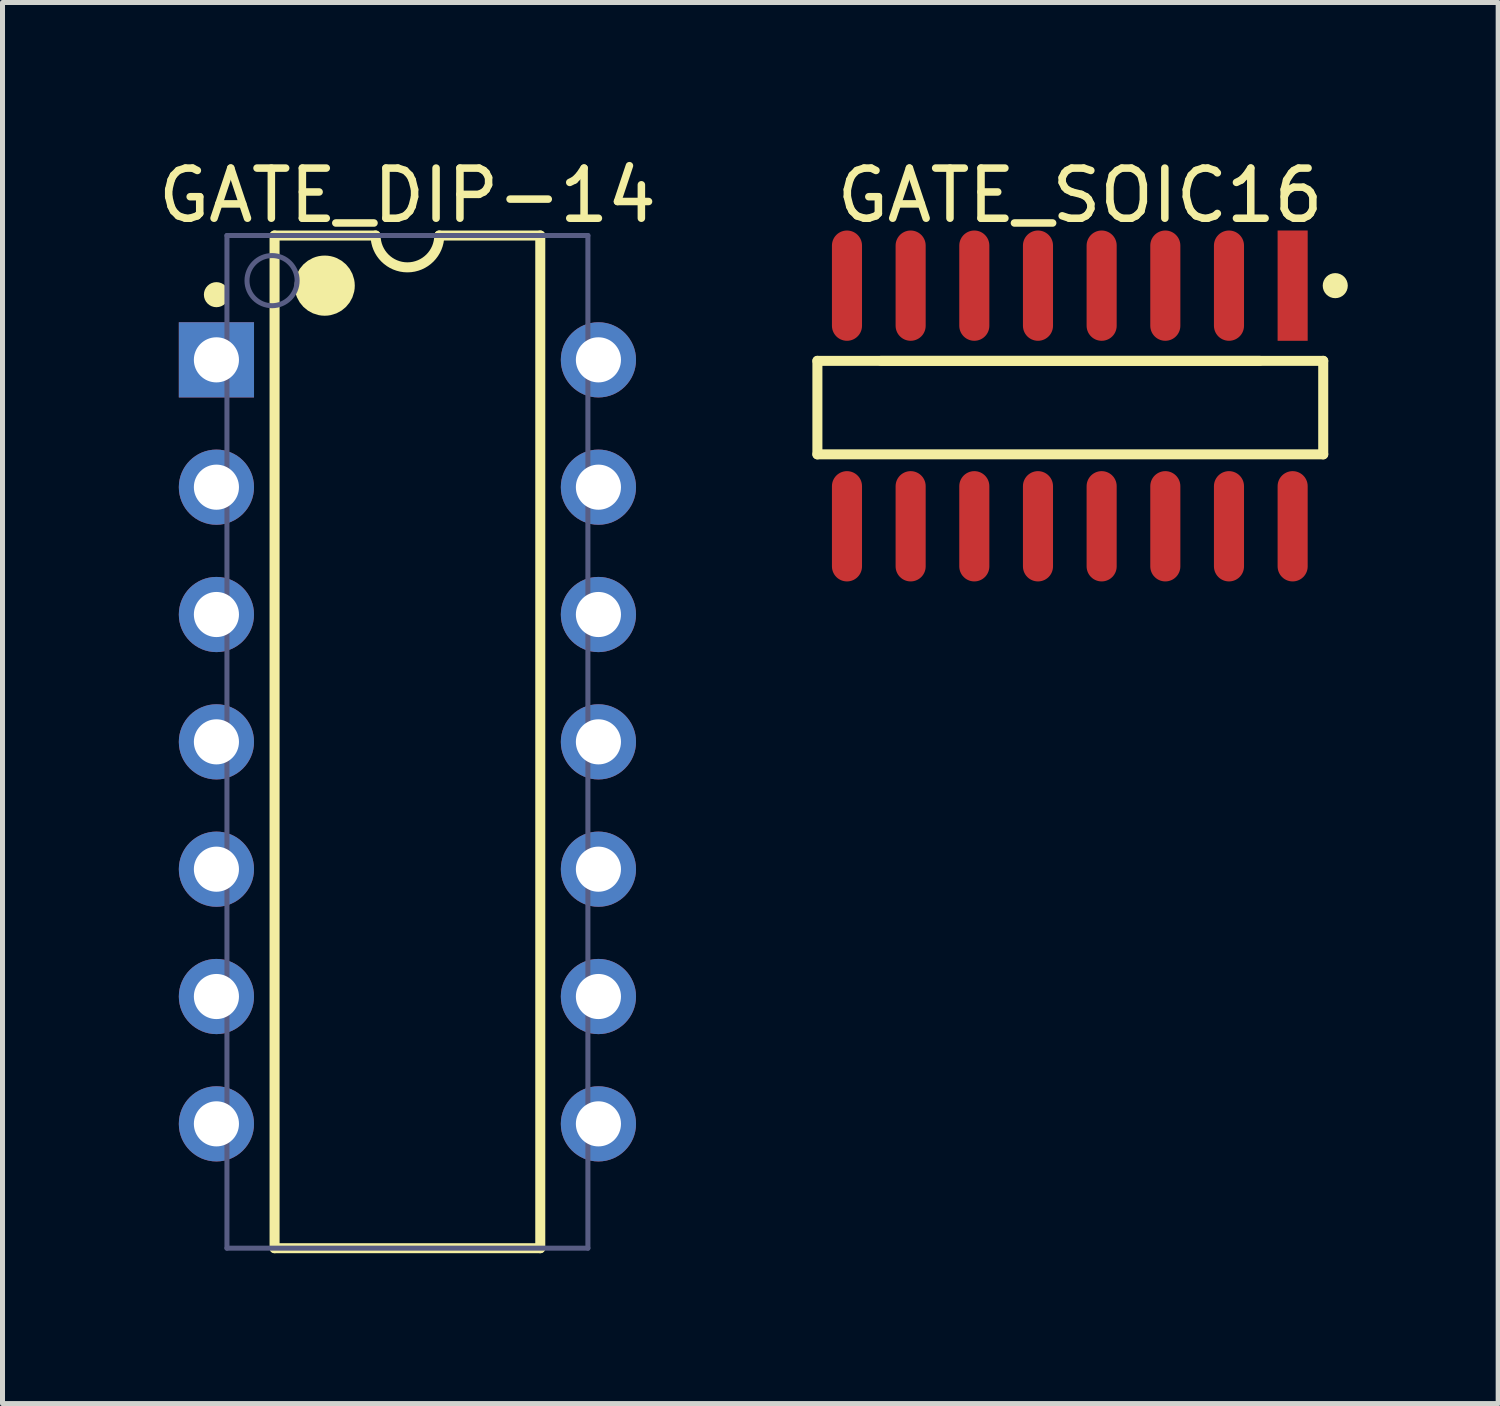
<source format=kicad_pcb>
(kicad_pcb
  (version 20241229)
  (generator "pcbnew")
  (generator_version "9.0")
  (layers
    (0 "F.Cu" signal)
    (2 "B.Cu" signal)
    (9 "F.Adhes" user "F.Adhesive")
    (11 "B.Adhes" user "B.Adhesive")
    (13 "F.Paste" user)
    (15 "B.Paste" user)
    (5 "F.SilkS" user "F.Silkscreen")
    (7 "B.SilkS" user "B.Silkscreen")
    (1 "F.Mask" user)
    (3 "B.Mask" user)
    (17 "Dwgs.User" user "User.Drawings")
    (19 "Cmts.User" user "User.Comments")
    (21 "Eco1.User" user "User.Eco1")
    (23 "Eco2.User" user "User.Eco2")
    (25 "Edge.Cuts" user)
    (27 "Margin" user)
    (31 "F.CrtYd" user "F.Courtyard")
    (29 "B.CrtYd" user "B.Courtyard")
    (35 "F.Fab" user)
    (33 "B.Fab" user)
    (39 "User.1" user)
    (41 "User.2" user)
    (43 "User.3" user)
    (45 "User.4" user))
  (footprint "GATE_SOIC16"
    (layer "F.Cu")
    (at 18.29 5.048)
    (property "Reference" "GATE_SOIC16" (at 0.205 -4.2 0) (layer "F.SilkS") (effects (font (size 1 1) (thickness 0.15))))
    (fp_line (start -5.035 -0.9) (end 3.785 -0.9) (stroke (width 0.2) (type solid)) (layer "F.SilkS"))
    (fp_line (start -5.035 0.965) (end -5.035 -0.9) (stroke (width 0.2) (type solid)) (layer "F.SilkS"))
    (fp_line (start -5.035 0.965) (end 5.055 0.965) (stroke (width 0.2) (type solid)) (layer "F.SilkS"))
    (fp_line (start -3.765 -0.9) (end 5.055 -0.9) (stroke (width 0.2) (type solid)) (layer "F.SilkS"))
    (fp_line (start 5.055 0.965) (end 5.055 -0.9) (stroke (width 0.2) (type solid)) (layer "F.SilkS"))
    (fp_circle (center 5.295 -2.4) (end 5.295 -2.525) (stroke (width 0.25) (type solid)) (fill no) (layer "F.SilkS"))
    (fp_line (start -0.535 0) (end 0.465 0) (stroke (width 0.1) (type solid)) (layer "Eco2.User"))
    (fp_line (start -0.035 0.5) (end -0.035 -0.5) (stroke (width 0.1) (type solid)) (layer "Eco2.User"))
    (pad "1" smd rect (at 4.445 -2.4) (size 0.6 2.2) (layers "F.Cu" "F.Mask" "F.Paste"))
    (pad "2" smd oval (at 3.175 -2.4) (size 0.6 2.2) (layers "F.Cu" "F.Mask" "F.Paste"))
    (pad "3" smd oval (at 1.905 -2.4) (size 0.6 2.2) (layers "F.Cu" "F.Mask" "F.Paste"))
    (pad "4" smd oval (at 0.635 -2.4) (size 0.6 2.2) (layers "F.Cu" "F.Mask" "F.Paste"))
    (pad "5" smd oval (at -0.635 -2.4) (size 0.6 2.2) (layers "F.Cu" "F.Mask" "F.Paste"))
    (pad "6" smd oval (at -1.905 -2.4) (size 0.6 2.2) (layers "F.Cu" "F.Mask" "F.Paste"))
    (pad "7" smd oval (at -3.175 -2.4) (size 0.6 2.2) (layers "F.Cu" "F.Mask" "F.Paste"))
    (pad "8" smd oval (at -4.445 -2.4) (size 0.6 2.2) (layers "F.Cu" "F.Mask" "F.Paste"))
    (pad "9" smd oval (at -4.445 2.4) (size 0.6 2.2) (layers "F.Cu" "F.Mask" "F.Paste"))
    (pad "10" smd oval (at -3.175 2.4) (size 0.6 2.2) (layers "F.Cu" "F.Mask" "F.Paste"))
    (pad "11" smd oval (at -1.905 2.4) (size 0.6 2.2) (layers "F.Cu" "F.Mask" "F.Paste"))
    (pad "12" smd oval (at -0.635 2.4) (size 0.6 2.2) (layers "F.Cu" "F.Mask" "F.Paste"))
    (pad "13" smd oval (at 0.635 2.4) (size 0.6 2.2) (layers "F.Cu" "F.Mask" "F.Paste"))
    (pad "14" smd oval (at 1.905 2.4) (size 0.6 2.2) (layers "F.Cu" "F.Mask" "F.Paste"))
    (pad "15" smd oval (at 3.175 2.4) (size 0.6 2.2) (layers "F.Cu" "F.Mask" "F.Paste"))
    (pad "16" smd oval (at 4.445 2.4) (size 0.6 2.2) (layers "F.Cu" "F.Mask" "F.Paste")))
  (footprint "GATE_DIP-14"
    (layer "F.Cu")
    (at 5.077 11.748)
    (property "Reference" "GATE_DIP-14" (at 0 -10.9 0) (layer "F.SilkS") (effects (font (size 1 1) (thickness 0.15))))
    (fp_line (start -2.65 -10.1) (end -0.635 -10.1) (stroke (width 0.2) (type solid)) (layer "F.SilkS"))
    (fp_line (start -2.65 10.1) (end -2.65 -10.1) (stroke (width 0.2) (type solid)) (layer "F.SilkS"))
    (fp_line (start -2.65 10.1) (end 2.65 10.1) (stroke (width 0.2) (type solid)) (layer "F.SilkS"))
    (fp_line (start 0.635 -10.1) (end 2.65 -10.1) (stroke (width 0.2) (type solid)) (layer "F.SilkS"))
    (fp_line (start 2.65 10.1) (end 2.65 -10.1) (stroke (width 0.2) (type solid)) (layer "F.SilkS"))
    (fp_arc (start 0.635 -10.1) (mid 0 -9.465) (end -0.635 -10.1) (stroke (width 0.2) (type solid)) (layer "F.SilkS"))
    (fp_circle (center -3.81 -8.92) (end -3.81 -9.045) (stroke (width 0.25) (type solid)) (fill no) (layer "F.SilkS"))
    (fp_circle (center -1.65 -9.1) (end -1.65 -9.4) (stroke (width 0.6) (type solid)) (fill no) (layer "F.SilkS"))
    (fp_line (start -0.5 0) (end 0.5 0) (stroke (width 0.1) (type solid)) (layer "Eco2.User"))
    (fp_line (start 0 0.5) (end 0 -0.5) (stroke (width 0.1) (type solid)) (layer "Eco2.User"))
    (fp_line (start -3.6 -10.1) (end 3.6 -10.1) (stroke (width 0.1) (type solid)) (layer "B.Fab"))
    (fp_line (start -3.6 10.1) (end -3.6 -10.1) (stroke (width 0.1) (type solid)) (layer "B.Fab"))
    (fp_line (start -3.6 10.1) (end 3.6 10.1) (stroke (width 0.1) (type solid)) (layer "B.Fab"))
    (fp_line (start 3.6 10.1) (end 3.6 -10.1) (stroke (width 0.1) (type solid)) (layer "B.Fab"))
    (fp_circle (center -2.7 -9.2) (end -2.7 -9.7) (stroke (width 0.1) (type solid)) (fill no) (layer "B.Fab"))
    (pad "1" thru_hole rect (at -3.81 -7.62) (size 1.5 1.5) (drill 0.9) (layers "*.Cu" "*.Mask"))
    (pad "2" thru_hole circle (at -3.81 -5.08) (size 1.5 1.5) (drill 0.9) (layers "*.Cu" "*.Mask"))
    (pad "3" thru_hole circle (at -3.81 -2.54) (size 1.5 1.5) (drill 0.9) (layers "*.Cu" "*.Mask"))
    (pad "4" thru_hole circle (at -3.81 0) (size 1.5 1.5) (drill 0.9) (layers "*.Cu" "*.Mask"))
    (pad "5" thru_hole circle (at -3.81 2.54) (size 1.5 1.5) (drill 0.9) (layers "*.Cu" "*.Mask"))
    (pad "6" thru_hole circle (at -3.81 5.08) (size 1.5 1.5) (drill 0.9) (layers "*.Cu" "*.Mask"))
    (pad "7" thru_hole circle (at -3.81 7.62) (size 1.5 1.5) (drill 0.9) (layers "*.Cu" "*.Mask"))
    (pad "8" thru_hole circle (at 3.81 7.62) (size 1.5 1.5) (drill 0.9) (layers "*.Cu" "*.Mask"))
    (pad "9" thru_hole circle (at 3.81 5.08) (size 1.5 1.5) (drill 0.9) (layers "*.Cu" "*.Mask"))
    (pad "10" thru_hole circle (at 3.81 2.54) (size 1.5 1.5) (drill 0.9) (layers "*.Cu" "*.Mask"))
    (pad "11" thru_hole circle (at 3.81 0) (size 1.5 1.5) (drill 0.9) (layers "*.Cu" "*.Mask"))
    (pad "12" thru_hole circle (at 3.81 -2.54) (size 1.5 1.5) (drill 0.9) (layers "*.Cu" "*.Mask"))
    (pad "13" thru_hole circle (at 3.81 -5.08) (size 1.5 1.5) (drill 0.9) (layers "*.Cu" "*.Mask"))
    (pad "14" thru_hole circle (at 3.81 -7.62) (size 1.5 1.5) (drill 0.9) (layers "*.Cu" "*.Mask")))
  (gr_rect
    (start -3 -3)
    (end 26.835 24.948)
    (stroke (width 0.1) (type default))
    (fill no)
    (layer "Edge.Cuts")))
</source>
